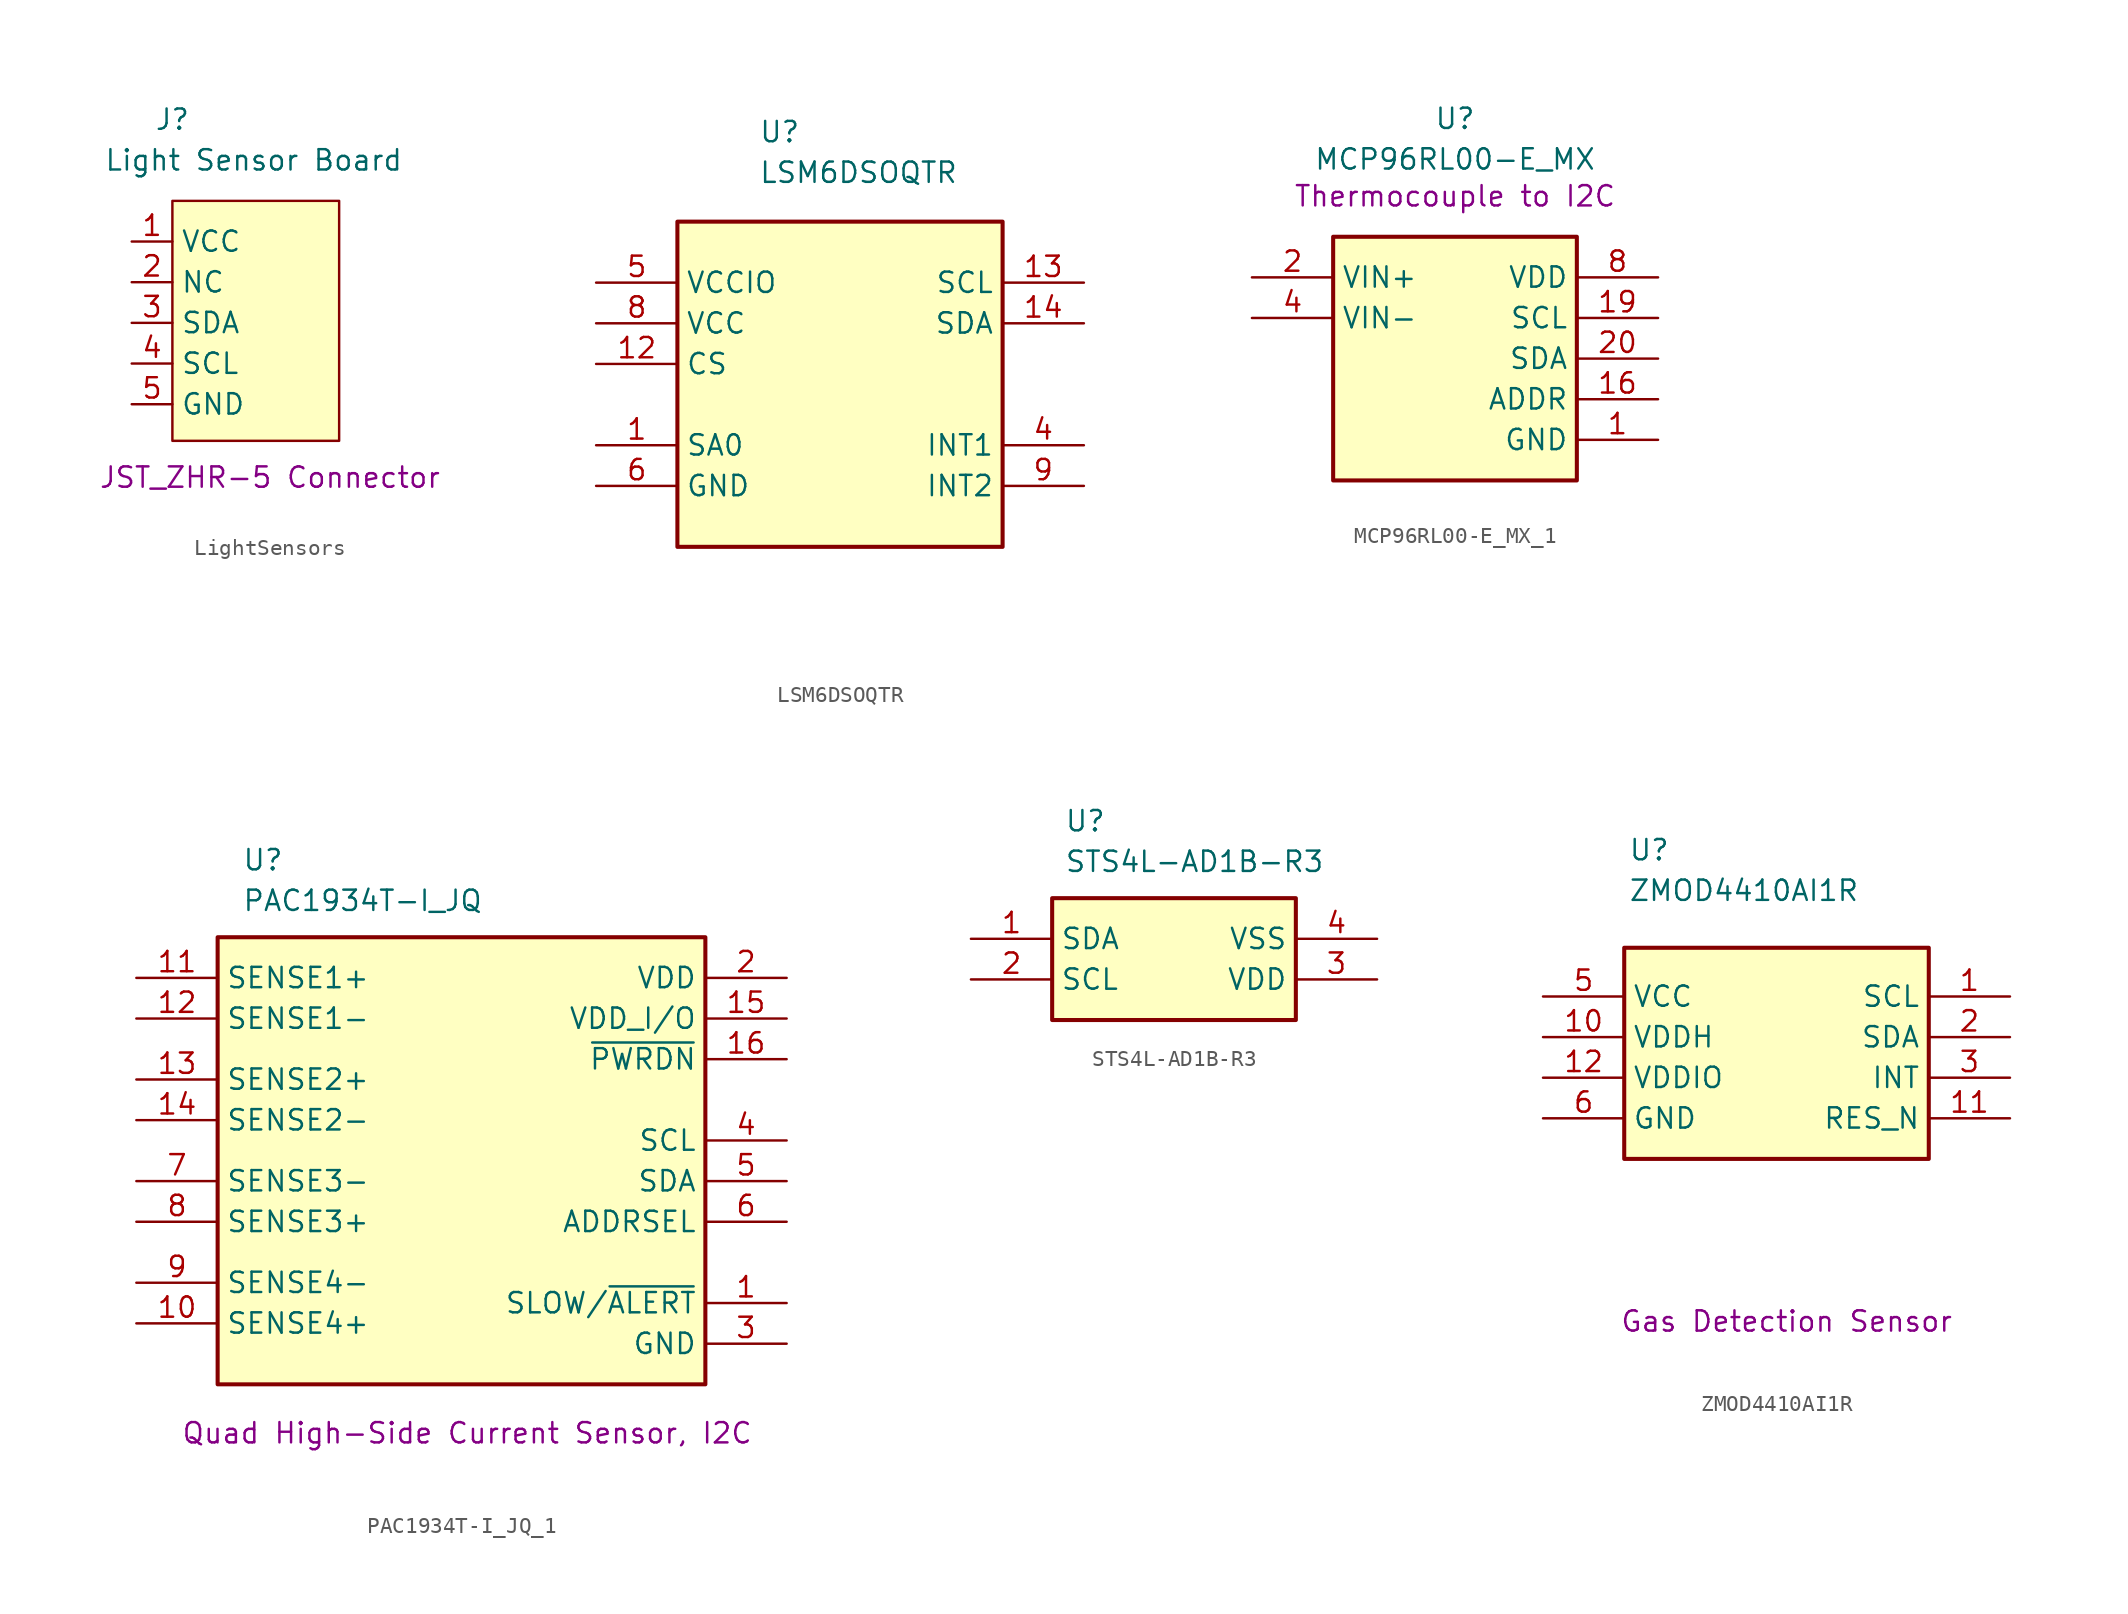
<source format=kicad_sym>
(kicad_symbol_lib
  (version 20241209)
  (generator "kicad_symbol_editor")
  (generator_version "9.0")
  (symbol "LightSensors"
    (property "Reference" "J"
      (at 0 12.7 0)
      (effects (font (size 1.27 1.27))))
    (property "Value" "Light Sensor Board"
      (at 5.08 10.16 0)
      (effects (font (size 1.27 1.27))))
    (property "Description" "JST_ZHR-5 Connector"
      (at 6.096 -9.652 0)
      (effects (font (size 1.27 1.27))))
    (symbol "LightSensors_0_0"
      (pin unspecified line (at -2.54 5.08 0) (length 2.54) (name "VCC" (effects (font (size 1.27 1.27)))) (number "1" (effects (font (size 1.27 1.27)))))
      (pin unspecified line (at -2.54 -5.08 0) (length 2.54) (name "GND" (effects (font (size 1.27 1.27)))) (number "5" (effects (font (size 1.27 1.27))))))
    (symbol "LightSensors_1_0"
      (pin unspecified line (at -2.54 2.54 0) (length 2.54) (name "NC" (effects (font (size 1.27 1.27)))) (number "2" (effects (font (size 1.27 1.27)))))
      (pin unspecified line (at -2.54 0 0) (length 2.54) (name "SDA" (effects (font (size 1.27 1.27)))) (number "3" (effects (font (size 1.27 1.27)))))
      (pin unspecified line (at -2.54 -2.54 0) (length 2.54) (name "SCL" (effects (font (size 1.27 1.27)))) (number "4" (effects (font (size 1.27 1.27))))))
    (symbol "LightSensors_1_1"
      (rectangle (start 0 7.62) (end 10.414 -7.366) (stroke (width 0) (type solid)) (fill (type background)))))
  (symbol "LSM6DSOQTR"
    (property "Reference" "U"
      (at 10.16 10.16 0)
      (effects (font (size 1.27 1.27)) (justify left top)))
    (property "Value" "LSM6DSOQTR"
      (at 10.16 7.62 0)
      (effects (font (size 1.27 1.27)) (justify left top)))
    (symbol "LSM6DSOQTR_1_1"
      (rectangle (start 5.08 3.81) (end 25.4 -16.51) (stroke (width 0.254) (type default)) (fill (type background)))
      (pin passive line (at 0 0 0) (length 5.08) (name "VCCIO" (effects (font (size 1.27 1.27)))) (number "5" (effects (font (size 1.27 1.27)))))
      (pin passive line (at 0 -2.54 0) (length 5.08) (name "VCC" (effects (font (size 1.27 1.27)))) (number "8" (effects (font (size 1.27 1.27)))))
      (pin passive line (at 0 -5.08 0) (length 5.08) (name "CS" (effects (font (size 1.27 1.27)))) (number "12" (effects (font (size 1.27 1.27)))))
      (pin passive line (at 0 -10.16 0) (length 5.08) (name "SA0" (effects (font (size 1.27 1.27)))) (number "1" (effects (font (size 1.27 1.27)))))
      (pin passive line (at 0 -12.7 0) (length 5.08) (hide yes) (name "SDX" (effects (font (size 1.27 1.27)))) (number "2" (effects (font (size 1.27 1.27)))))
      (pin passive line (at 0 -12.7 0) (length 5.08) (hide yes) (name "SCX" (effects (font (size 1.27 1.27)))) (number "3" (effects (font (size 1.27 1.27)))))
      (pin passive line (at 0 -12.7 0) (length 5.08) (name "GND" (effects (font (size 1.27 1.27)))) (number "6" (effects (font (size 1.27 1.27)))))
      (pin passive line (at 0 -12.7 0) (length 5.08) (hide yes) (name "GND" (effects (font (size 1.27 1.27)))) (number "7" (effects (font (size 1.27 1.27)))))
      (pin no_connect line (at 15.24 -21.59 90) (length 5.08) (hide yes) (name "NC" (effects (font (size 1.27 1.27)))) (number "10" (effects (font (size 1.27 1.27)))))
      (pin no_connect line (at 15.24 -21.59 90) (length 5.08) (hide yes) (name "NC" (effects (font (size 1.27 1.27)))) (number "11" (effects (font (size 1.27 1.27)))))
      (pin passive line (at 30.48 0 180) (length 5.08) (name "SCL" (effects (font (size 1.27 1.27)))) (number "13" (effects (font (size 1.27 1.27)))))
      (pin passive line (at 30.48 -2.54 180) (length 5.08) (name "SDA" (effects (font (size 1.27 1.27)))) (number "14" (effects (font (size 1.27 1.27)))))
      (pin passive line (at 30.48 -10.16 180) (length 5.08) (name "INT1" (effects (font (size 1.27 1.27)))) (number "4" (effects (font (size 1.27 1.27)))))
      (pin passive line (at 30.48 -12.7 180) (length 5.08) (name "INT2" (effects (font (size 1.27 1.27)))) (number "9" (effects (font (size 1.27 1.27)))))))
  (symbol "MCP96RL00-E_MX_1"
    (property "Reference" "U"
      (at 7.62 23.368 0)
      (effects (font (size 1.27 1.27)) (justify top)))
    (property "Value" "MCP96RL00-E_MX"
      (at 7.62 20.828 0)
      (effects (font (size 1.27 1.27)) (justify top)))
    (property "Description" "Thermocouple to I2C"
      (at 7.62 17.78 0)
      (effects (font (size 1.27 1.27))))
    (symbol "MCP96RL00-E_MX_1_1_1"
      (rectangle (start 0 15.24) (end 15.24 0) (stroke (width 0.254) (type default)) (fill (type background)))
      (pin passive line (at -5.08 12.7 0) (length 5.08) (name "VIN+" (effects (font (size 1.27 1.27)))) (number "2" (effects (font (size 1.27 1.27)))))
      (pin passive line (at -5.08 10.16 0) (length 5.08) (name "VIN-" (effects (font (size 1.27 1.27)))) (number "4" (effects (font (size 1.27 1.27)))))
      (pin no_connect line (at -5.08 7.62 0) (length 5.08) (hide yes) (name "ALERT_4" (effects (font (size 1.27 1.27)))) (number "15" (effects (font (size 1.27 1.27)))))
      (pin no_connect line (at -5.08 6.35 0) (length 5.08) (hide yes) (name "ALERT_1" (effects (font (size 1.27 1.27)))) (number "11" (effects (font (size 1.27 1.27)))))
      (pin no_connect line (at -5.08 5.08 0) (length 5.08) (hide yes) (name "ALERT_2" (effects (font (size 1.27 1.27)))) (number "12" (effects (font (size 1.27 1.27)))))
      (pin no_connect line (at -5.08 3.81 0) (length 5.08) (hide yes) (name "ALERT_3" (effects (font (size 1.27 1.27)))) (number "14" (effects (font (size 1.27 1.27)))))
      (pin passive line (at 20.32 12.7 180) (length 5.08) (name "VDD" (effects (font (size 1.27 1.27)))) (number "8" (effects (font (size 1.27 1.27)))))
      (pin passive line (at 20.32 10.16 180) (length 5.08) (name "SCL" (effects (font (size 1.27 1.27)))) (number "19" (effects (font (size 1.27 1.27)))))
      (pin passive line (at 20.32 7.62 180) (length 5.08) (name "SDA" (effects (font (size 1.27 1.27)))) (number "20" (effects (font (size 1.27 1.27)))))
      (pin passive line (at 20.32 5.08 180) (length 5.08) (name "ADDR" (effects (font (size 1.27 1.27)))) (number "16" (effects (font (size 1.27 1.27)))))
      (pin passive line (at 20.32 2.54 180) (length 5.08) (name "GND" (effects (font (size 1.27 1.27)))) (number "1" (effects (font (size 1.27 1.27)))))
      (pin passive line (at 20.32 2.54 180) (length 5.08) (hide yes) (name "GND" (effects (font (size 1.27 1.27)))) (number "10" (effects (font (size 1.27 1.27)))))
      (pin passive line (at 20.32 2.54 180) (length 5.08) (hide yes) (name "GND" (effects (font (size 1.27 1.27)))) (number "13" (effects (font (size 1.27 1.27)))))
      (pin passive line (at 20.32 2.54 180) (length 5.08) (hide yes) (name "GND" (effects (font (size 1.27 1.27)))) (number "17" (effects (font (size 1.27 1.27)))))
      (pin passive line (at 20.32 2.54 180) (length 5.08) (hide yes) (name "GND" (effects (font (size 1.27 1.27)))) (number "18" (effects (font (size 1.27 1.27)))))
      (pin passive line (at 20.32 2.54 180) (length 5.08) (hide yes) (name "EP" (effects (font (size 1.27 1.27)))) (number "21" (effects (font (size 1.27 1.27)))))
      (pin passive line (at 20.32 2.54 180) (length 5.08) (hide yes) (name "GND" (effects (font (size 1.27 1.27)))) (number "3" (effects (font (size 1.27 1.27)))))
      (pin passive line (at 20.32 2.54 180) (length 5.08) (hide yes) (name "GND" (effects (font (size 1.27 1.27)))) (number "5" (effects (font (size 1.27 1.27)))))
      (pin passive line (at 20.32 2.54 180) (length 5.08) (hide yes) (name "GND" (effects (font (size 1.27 1.27)))) (number "6" (effects (font (size 1.27 1.27)))))
      (pin passive line (at 20.32 2.54 180) (length 5.08) (hide yes) (name "GND" (effects (font (size 1.27 1.27)))) (number "7" (effects (font (size 1.27 1.27)))))
      (pin passive line (at 20.32 2.54 180) (length 5.08) (hide yes) (name "GND" (effects (font (size 1.27 1.27)))) (number "9" (effects (font (size 1.27 1.27)))))))
  (symbol "PAC1934T-I_JQ_1"
    (property "Reference" "U"
      (at 6.604 7.366 0)
      (effects (font (size 1.27 1.27)) (justify left)))
    (property "Value" "PAC1934T-I_JQ"
      (at 6.604 4.826 0)
      (effects (font (size 1.27 1.27)) (justify left)))
    (property "Description" "Quad High-Side Current Sensor, I2C"
      (at 2.794 -28.448 0)
      (effects (font (size 1.27 1.27)) (justify left)))
    (symbol "PAC1934T-I_JQ_1_1_1"
      (rectangle (start 5.08 2.54) (end 35.56 -25.4) (stroke (width 0.254) (type default)) (fill (type background)))
      (pin input line (at 0 0 0) (length 5.08) (name "SENSE1+" (effects (font (size 1.27 1.27)))) (number "11" (effects (font (size 1.27 1.27)))))
      (pin input line (at 0 -2.54 0) (length 5.08) (name "SENSE1-" (effects (font (size 1.27 1.27)))) (number "12" (effects (font (size 1.27 1.27)))))
      (pin input line (at 0 -6.35 0) (length 5.08) (name "SENSE2+" (effects (font (size 1.27 1.27)))) (number "13" (effects (font (size 1.27 1.27)))))
      (pin input line (at 0 -8.89 0) (length 5.08) (name "SENSE2-" (effects (font (size 1.27 1.27)))) (number "14" (effects (font (size 1.27 1.27)))))
      (pin input line (at 0 -12.7 0) (length 5.08) (name "SENSE3-" (effects (font (size 1.27 1.27)))) (number "7" (effects (font (size 1.27 1.27)))))
      (pin input line (at 0 -15.24 0) (length 5.08) (name "SENSE3+" (effects (font (size 1.27 1.27)))) (number "8" (effects (font (size 1.27 1.27)))))
      (pin input line (at 0 -19.05 0) (length 5.08) (name "SENSE4-" (effects (font (size 1.27 1.27)))) (number "9" (effects (font (size 1.27 1.27)))))
      (pin input line (at 0 -21.59 0) (length 5.08) (name "SENSE4+" (effects (font (size 1.27 1.27)))) (number "10" (effects (font (size 1.27 1.27)))))
      (pin power_in line (at 40.64 0 180) (length 5.08) (name "VDD" (effects (font (size 1.27 1.27)))) (number "2" (effects (font (size 1.27 1.27)))))
      (pin power_in line (at 40.64 -2.54 180) (length 5.08) (name "VDD_I/O" (effects (font (size 1.27 1.27)))) (number "15" (effects (font (size 1.27 1.27)))))
      (pin input line (at 40.64 -5.08 180) (length 5.08) (name "~{PWRDN}" (effects (font (size 1.27 1.27)))) (number "16" (effects (font (size 1.27 1.27)))))
      (pin input line (at 40.64 -10.16 180) (length 5.08) (name "SCL" (effects (font (size 1.27 1.27)))) (number "4" (effects (font (size 1.27 1.27)))))
      (pin bidirectional line (at 40.64 -12.7 180) (length 5.08) (name "SDA" (effects (font (size 1.27 1.27)))) (number "5" (effects (font (size 1.27 1.27)))))
      (pin input line (at 40.64 -15.24 180) (length 5.08) (name "ADDRSEL" (effects (font (size 1.27 1.27)))) (number "6" (effects (font (size 1.27 1.27)))))
      (pin output line (at 40.64 -20.32 180) (length 5.08) (name "SLOW/~{ALERT}" (effects (font (size 1.27 1.27)))) (number "1" (effects (font (size 1.27 1.27)))))
      (pin power_in line (at 40.64 -22.86 180) (length 5.08) (hide yes) (name "GND" (effects (font (size 1.27 1.27)))) (number "17" (effects (font (size 1.27 1.27)))))
      (pin power_in line (at 40.64 -22.86 180) (length 5.08) (name "GND" (effects (font (size 1.27 1.27)))) (number "3" (effects (font (size 1.27 1.27)))))))
  (symbol "STS4L-AD1B-R3"
    (property "Reference" "U"
      (at 5.842 7.366 0)
      (effects (font (size 1.27 1.27)) (justify left)))
    (property "Value" "STS4L-AD1B-R3"
      (at 5.842 4.826 0)
      (effects (font (size 1.27 1.27)) (justify left)))
    (symbol "STS4L-AD1B-R3_1_1"
      (rectangle (start 5.08 2.54) (end 20.32 -5.08) (stroke (width 0.254) (type default)) (fill (type background)))
      (pin passive line (at 0 0 0) (length 5.08) (name "SDA" (effects (font (size 1.27 1.27)))) (number "1" (effects (font (size 1.27 1.27)))))
      (pin passive line (at 0 -2.54 0) (length 5.08) (name "SCL" (effects (font (size 1.27 1.27)))) (number "2" (effects (font (size 1.27 1.27)))))
      (pin passive line (at 25.4 0 180) (length 5.08) (name "VSS" (effects (font (size 1.27 1.27)))) (number "4" (effects (font (size 1.27 1.27)))))
      (pin passive line (at 25.4 -2.54 180) (length 5.08) (name "VDD" (effects (font (size 1.27 1.27)))) (number "3" (effects (font (size 1.27 1.27)))))))
  (symbol "ZMOD4410AI1R"
    (property "Reference" "U"
      (at 5.334 17.526 0)
      (effects (font (size 1.27 1.27)) (justify left top)))
    (property "Value" "ZMOD4410AI1R"
      (at 5.334 14.986 0)
      (effects (font (size 1.27 1.27)) (justify left top)))
    (property "Description" "Gas Detection Sensor"
      (at 15.24 -12.7 0)
      (effects (font (size 1.27 1.27))))
    (symbol "ZMOD4410AI1R_1_1"
      (rectangle (start 5.08 10.668) (end 24.13 -2.54) (stroke (width 0.254) (type default)) (fill (type background)))
      (pin passive line (at 0 7.62 0) (length 5.08) (name "VCC" (effects (font (size 1.27 1.27)))) (number "5" (effects (font (size 1.27 1.27)))))
      (pin passive line (at 0 5.08 0) (length 5.08) (name "VDDH" (effects (font (size 1.27 1.27)))) (number "10" (effects (font (size 1.27 1.27)))))
      (pin passive line (at 0 2.54 0) (length 5.08) (name "VDDIO" (effects (font (size 1.27 1.27)))) (number "12" (effects (font (size 1.27 1.27)))))
      (pin passive line (at 0 0 0) (length 5.08) (name "GND" (effects (font (size 1.27 1.27)))) (number "6" (effects (font (size 1.27 1.27)))))
      (pin passive line (at 0 0 0) (length 5.08) (hide yes) (name "GND" (effects (font (size 1.27 1.27)))) (number "7" (effects (font (size 1.27 1.27)))))
      (pin passive line (at 0 0 0) (length 5.08) (hide yes) (name "GND" (effects (font (size 1.27 1.27)))) (number "9" (effects (font (size 1.27 1.27)))))
      (pin passive line (at 29.21 7.62 180) (length 5.08) (name "SCL" (effects (font (size 1.27 1.27)))) (number "1" (effects (font (size 1.27 1.27)))))
      (pin passive line (at 29.21 5.08 180) (length 5.08) (name "SDA" (effects (font (size 1.27 1.27)))) (number "2" (effects (font (size 1.27 1.27)))))
      (pin passive line (at 29.21 2.54 180) (length 5.08) (name "INT" (effects (font (size 1.27 1.27)))) (number "3" (effects (font (size 1.27 1.27)))))
      (pin passive line (at 29.21 0 180) (length 5.08) (name "RES_N" (effects (font (size 1.27 1.27)))) (number "11" (effects (font (size 1.27 1.27)))))
      (pin no_connect line (at 29.21 -5.08 180) (length 5.08) (hide yes) (name "N.C._1" (effects (font (size 1.27 1.27)))) (number "4" (effects (font (size 1.27 1.27)))))
      (pin no_connect line (at 29.21 -7.62 180) (length 5.08) (hide yes) (name "N.C._2" (effects (font (size 1.27 1.27)))) (number "8" (effects (font (size 1.27 1.27))))))))
</source>
